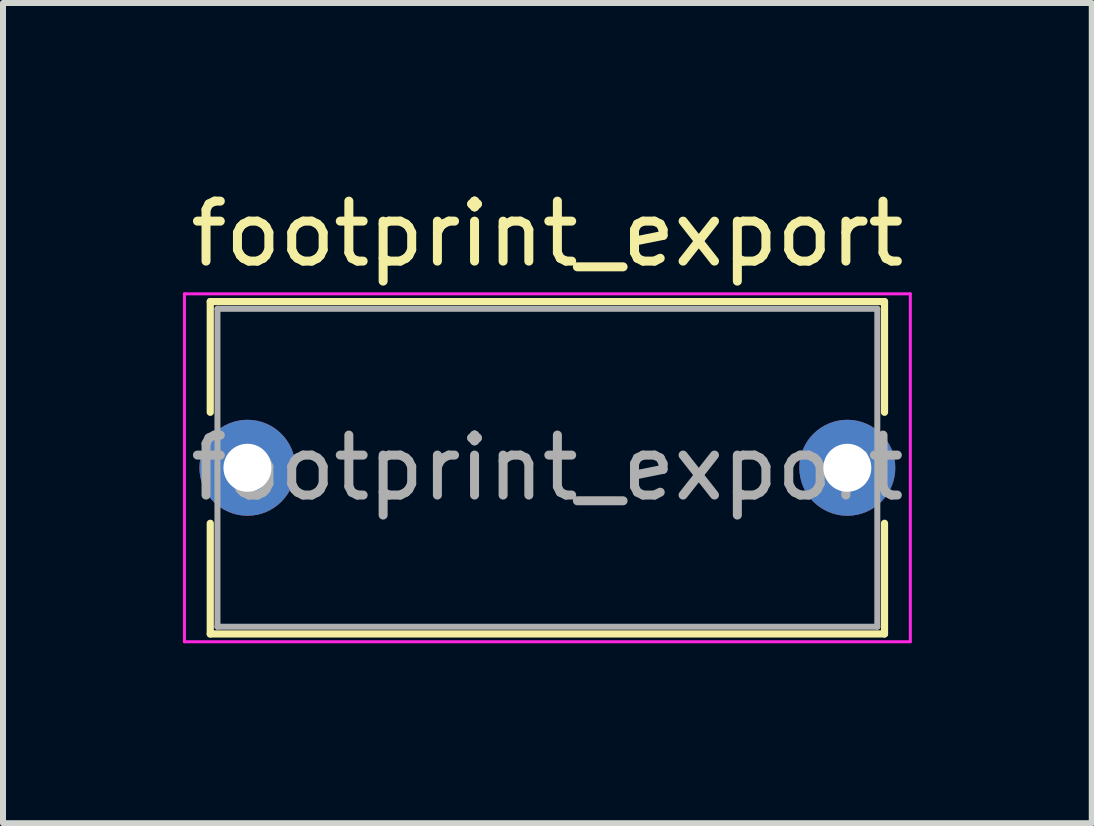
<source format=kicad_pcb>
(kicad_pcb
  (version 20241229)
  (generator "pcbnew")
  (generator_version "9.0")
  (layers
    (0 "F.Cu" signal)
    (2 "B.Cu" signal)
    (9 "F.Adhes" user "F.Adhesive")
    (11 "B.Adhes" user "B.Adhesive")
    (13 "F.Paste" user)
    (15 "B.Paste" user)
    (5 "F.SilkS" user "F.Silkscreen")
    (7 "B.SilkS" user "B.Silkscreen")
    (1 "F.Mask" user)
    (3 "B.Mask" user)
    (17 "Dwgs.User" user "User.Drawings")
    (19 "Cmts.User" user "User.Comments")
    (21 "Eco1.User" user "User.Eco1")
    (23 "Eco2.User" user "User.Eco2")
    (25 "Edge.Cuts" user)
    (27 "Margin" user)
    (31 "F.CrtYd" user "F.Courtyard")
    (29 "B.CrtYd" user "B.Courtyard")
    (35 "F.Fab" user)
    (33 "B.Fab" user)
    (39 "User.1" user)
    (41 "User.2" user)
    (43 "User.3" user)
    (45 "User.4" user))
  (footprint "footprint_export"
    (layer "F.Cu")
    (at 1.075 4.748)
    (property "Reference" "footprint_export" (at 5 -3.9 0) (layer "F.SilkS") (effects (font (size 1 1) (thickness 0.15))))
    (attr through_hole)
    (fp_line (start -0.62 -2.77) (end -0.62 -0.925) (stroke (width 0.12) (type solid)) (layer "F.SilkS"))
    (fp_line (start -0.62 -2.77) (end 10.62 -2.77) (stroke (width 0.12) (type solid)) (layer "F.SilkS"))
    (fp_line (start -0.62 0.925) (end -0.62 2.77) (stroke (width 0.12) (type solid)) (layer "F.SilkS"))
    (fp_line (start -0.62 2.77) (end 10.62 2.77) (stroke (width 0.12) (type solid)) (layer "F.SilkS"))
    (fp_line (start 10.62 -2.77) (end 10.62 -0.925) (stroke (width 0.12) (type solid)) (layer "F.SilkS"))
    (fp_line (start 10.62 0.925) (end 10.62 2.77) (stroke (width 0.12) (type solid)) (layer "F.SilkS"))
    (fp_line (start -1.05 -2.9) (end -1.05 2.9) (stroke (width 0.05) (type solid)) (layer "F.CrtYd"))
    (fp_line (start -1.05 2.9) (end 11.05 2.9) (stroke (width 0.05) (type solid)) (layer "F.CrtYd"))
    (fp_line (start 11.05 -2.9) (end -1.05 -2.9) (stroke (width 0.05) (type solid)) (layer "F.CrtYd"))
    (fp_line (start 11.05 2.9) (end 11.05 -2.9) (stroke (width 0.05) (type solid)) (layer "F.CrtYd"))
    (fp_line (start -0.5 -2.65) (end -0.5 2.65) (stroke (width 0.1) (type solid)) (layer "F.Fab"))
    (fp_line (start -0.5 2.65) (end 10.5 2.65) (stroke (width 0.1) (type solid)) (layer "F.Fab"))
    (fp_line (start 10.5 -2.65) (end -0.5 -2.65) (stroke (width 0.1) (type solid)) (layer "F.Fab"))
    (fp_line (start 10.5 2.65) (end 10.5 -2.65) (stroke (width 0.1) (type solid)) (layer "F.Fab"))
    (fp_text user "${REFERENCE}" (at 5 0 0) (layer "F.Fab") (effects (font (size 1 1) (thickness 0.15))))
    (pad "1" thru_hole circle (at 0 0) (size 1.6 1.6) (drill 0.8) (layers "*.Cu" "*.Mask"))
    (pad "2" thru_hole circle (at 10 0) (size 1.6 1.6) (drill 0.8) (layers "*.Cu" "*.Mask")))
  (gr_rect
    (start -3 -3)
    (end 15.15 10.673)
    (stroke (width 0.1) (type default))
    (fill no)
    (layer "Edge.Cuts")))
</source>
